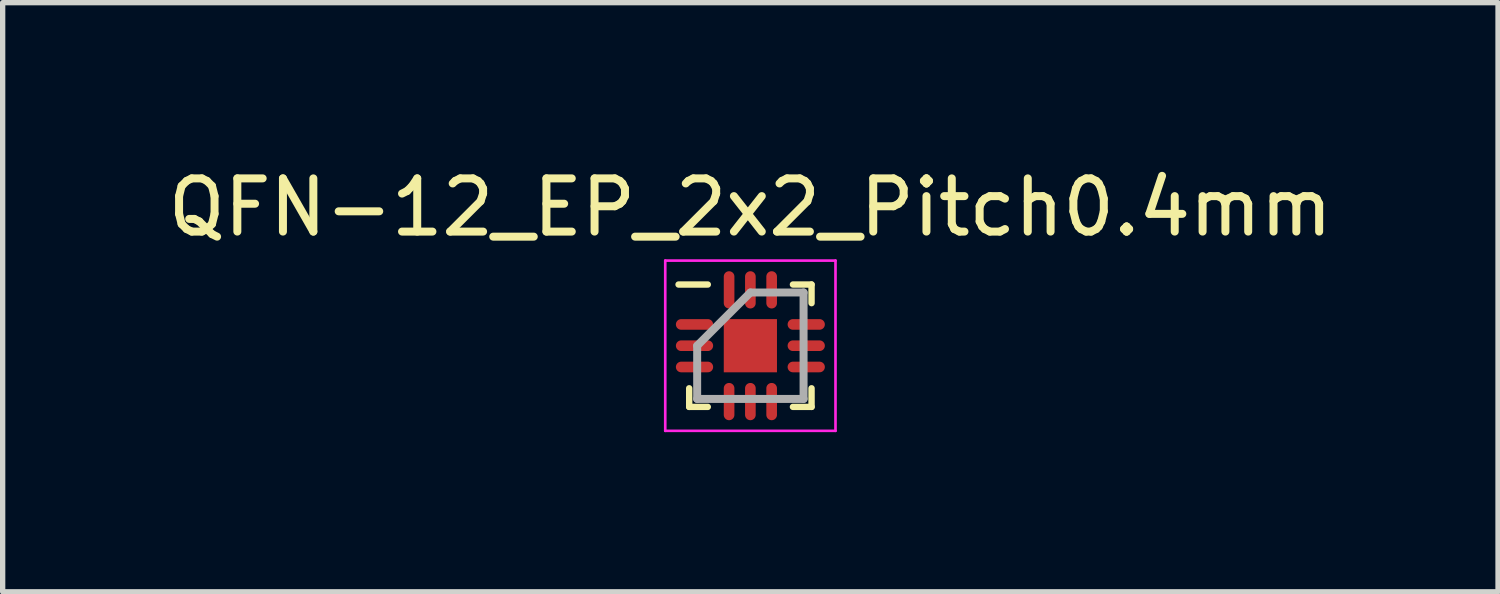
<source format=kicad_pcb>
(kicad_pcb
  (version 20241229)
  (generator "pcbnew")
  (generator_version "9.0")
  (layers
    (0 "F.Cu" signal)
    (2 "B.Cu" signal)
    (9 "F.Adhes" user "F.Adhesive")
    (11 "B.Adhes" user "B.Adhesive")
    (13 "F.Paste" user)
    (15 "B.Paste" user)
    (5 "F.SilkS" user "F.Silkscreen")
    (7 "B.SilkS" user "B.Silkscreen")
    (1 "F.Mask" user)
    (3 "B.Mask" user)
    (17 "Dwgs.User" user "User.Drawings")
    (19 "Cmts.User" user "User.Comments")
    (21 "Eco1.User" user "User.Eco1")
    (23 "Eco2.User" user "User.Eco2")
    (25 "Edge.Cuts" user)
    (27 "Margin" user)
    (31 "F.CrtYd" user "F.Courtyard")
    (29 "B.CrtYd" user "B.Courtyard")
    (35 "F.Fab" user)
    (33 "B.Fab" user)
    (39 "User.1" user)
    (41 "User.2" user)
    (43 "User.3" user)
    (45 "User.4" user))
  (footprint "QFN-12_EP_2x2_Pitch0.4mm"
    (layer "F.Cu")
    (at 11.054 3.448)
    (property "Reference" "QFN-12_EP_2x2_Pitch0.4mm" (at 0 -2.6 0) (layer "F.SilkS") (effects (font (size 1 1) (thickness 0.15))))
    (attr smd)
    (fp_line (start -1.15 1.15) (end -1.15 0.8) (stroke (width 0.12) (type default)) (layer "F.SilkS"))
    (fp_line (start -0.8 -1.15) (end -1.35 -1.15) (stroke (width 0.12) (type default)) (layer "F.SilkS"))
    (fp_line (start -0.8 1.15) (end -1.15 1.15) (stroke (width 0.12) (type default)) (layer "F.SilkS"))
    (fp_line (start 0.8 -1.15) (end 1.15 -1.15) (stroke (width 0.12) (type default)) (layer "F.SilkS"))
    (fp_line (start 0.8 1.15) (end 1.15 1.15) (stroke (width 0.12) (type default)) (layer "F.SilkS"))
    (fp_line (start 1.15 -1.15) (end 1.15 -0.8) (stroke (width 0.12) (type default)) (layer "F.SilkS"))
    (fp_line (start 1.15 1.15) (end 1.15 0.8) (stroke (width 0.12) (type default)) (layer "F.SilkS"))
    (fp_line (start -1.6 -1.6) (end 1.6 -1.6) (stroke (width 0.05) (type default)) (layer "F.CrtYd"))
    (fp_line (start -1.6 1.6) (end -1.6 -1.6) (stroke (width 0.05) (type default)) (layer "F.CrtYd"))
    (fp_line (start 1.6 -1.6) (end 1.6 1.6) (stroke (width 0.05) (type default)) (layer "F.CrtYd"))
    (fp_line (start 1.6 1.6) (end -1.6 1.6) (stroke (width 0.05) (type default)) (layer "F.CrtYd"))
    (fp_line (start -1 0) (end -1 1) (stroke (width 0.15) (type default)) (layer "F.Fab"))
    (fp_line (start -1 1) (end 1 1) (stroke (width 0.15) (type default)) (layer "F.Fab"))
    (fp_line (start 0 -1) (end -1 0) (stroke (width 0.15) (type default)) (layer "F.Fab"))
    (fp_line (start 1 -1) (end 0 -1) (stroke (width 0.15) (type default)) (layer "F.Fab"))
    (fp_line (start 1 1) (end 1 -1) (stroke (width 0.15) (type default)) (layer "F.Fab"))
    (pad "1" smd oval (at -1.05 -0.4 90) (size 0.2 0.7) (layers "F.Cu" "F.Mask" "F.Paste"))
    (pad "2" smd oval (at -1.05 0 90) (size 0.2 0.7) (layers "F.Cu" "F.Mask" "F.Paste"))
    (pad "3" smd oval (at -1.05 0.4 90) (size 0.2 0.7) (layers "F.Cu" "F.Mask" "F.Paste"))
    (pad "4" smd oval (at -0.4 1.05) (size 0.2 0.7) (layers "F.Cu" "F.Mask" "F.Paste"))
    (pad "5" smd oval (at 0 1.05) (size 0.2 0.7) (layers "F.Cu" "F.Mask" "F.Paste"))
    (pad "6" smd oval (at 0.4 1.05) (size 0.2 0.7) (layers "F.Cu" "F.Mask" "F.Paste"))
    (pad "7" smd oval (at 1.05 0.4 90) (size 0.2 0.7) (layers "F.Cu" "F.Mask" "F.Paste"))
    (pad "8" smd oval (at 1.05 0 90) (size 0.2 0.7) (layers "F.Cu" "F.Mask" "F.Paste"))
    (pad "9" smd oval (at 1.05 -0.4 90) (size 0.2 0.7) (layers "F.Cu" "F.Mask" "F.Paste"))
    (pad "10" smd oval (at 0.4 -1.05) (size 0.2 0.7) (layers "F.Cu" "F.Mask" "F.Paste"))
    (pad "11" smd oval (at 0 -1.05) (size 0.2 0.7) (layers "F.Cu" "F.Mask" "F.Paste"))
    (pad "12" smd oval (at -0.4 -1.05) (size 0.2 0.7) (layers "F.Cu" "F.Mask" "F.Paste"))
    (pad "13" smd rect (at 0 0) (size 1 1) (layers "F.Cu" "F.Mask" "F.Paste")))
  (gr_rect
    (start -3 -3)
    (end 25.107 8.073)
    (stroke (width 0.1) (type default))
    (fill no)
    (layer "Edge.Cuts")))
</source>
